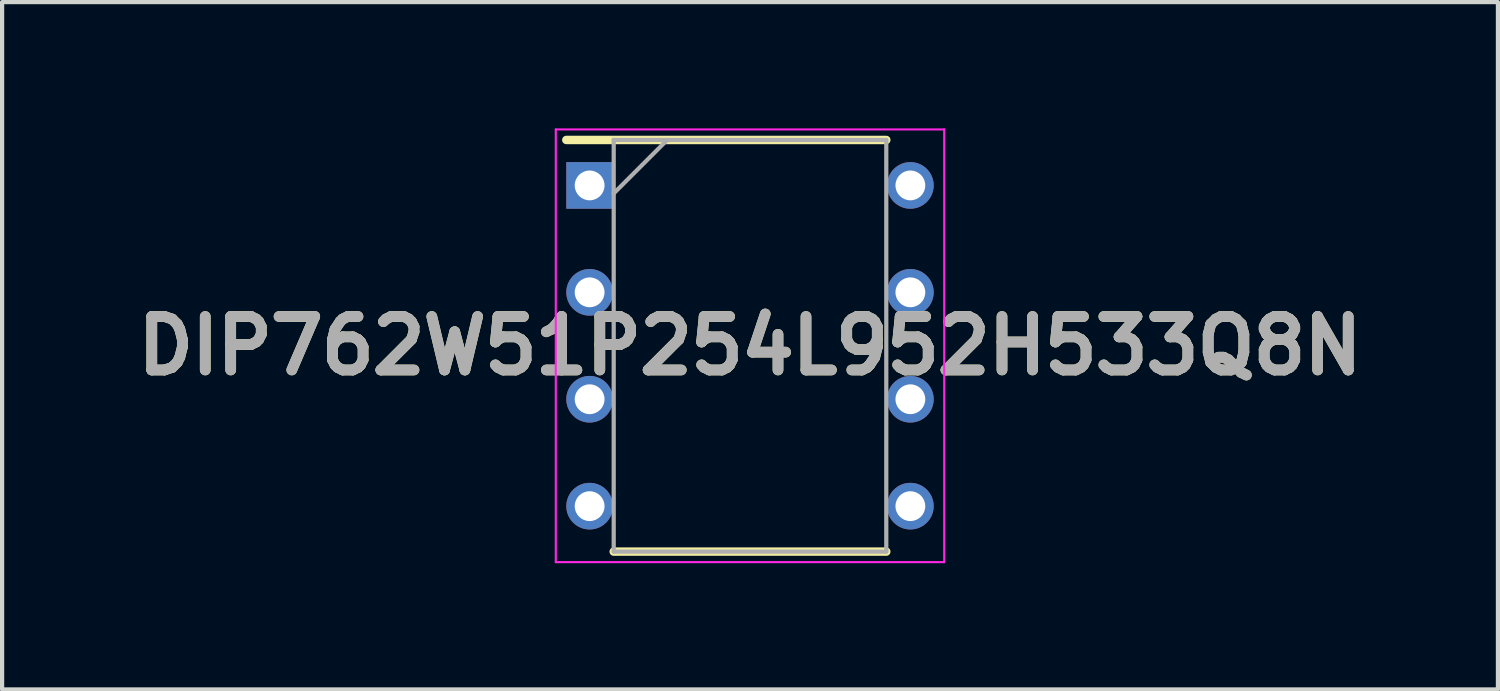
<source format=kicad_pcb>
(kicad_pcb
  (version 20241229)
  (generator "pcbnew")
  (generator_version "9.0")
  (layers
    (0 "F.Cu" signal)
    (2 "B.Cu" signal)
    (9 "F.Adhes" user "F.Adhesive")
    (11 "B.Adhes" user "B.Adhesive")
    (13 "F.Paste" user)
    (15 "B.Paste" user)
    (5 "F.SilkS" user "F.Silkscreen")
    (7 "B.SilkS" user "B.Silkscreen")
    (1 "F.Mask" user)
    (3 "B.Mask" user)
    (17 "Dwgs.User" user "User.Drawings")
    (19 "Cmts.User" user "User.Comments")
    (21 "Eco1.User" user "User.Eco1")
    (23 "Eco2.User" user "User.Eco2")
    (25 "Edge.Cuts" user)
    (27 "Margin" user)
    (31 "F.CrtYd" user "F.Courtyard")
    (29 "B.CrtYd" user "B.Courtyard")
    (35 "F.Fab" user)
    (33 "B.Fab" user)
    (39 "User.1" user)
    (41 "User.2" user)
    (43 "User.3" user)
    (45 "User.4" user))
  (footprint "DIP762W51P254L952H533Q8N"
    (layer "F.Cu")
    (at 14.768 5.165)
    (property "Reference" "DIP762W51P254L952H533Q8N" (at 0 0 0) (layer "F.SilkS") (effects (font (size 1.27 1.27) (thickness 0.254))))
    (attr through_hole)
    (fp_line (start -4.364 -4.89) (end 3.238 -4.89) (stroke (width 0.2) (type solid)) (layer "F.SilkS"))
    (fp_line (start -3.238 4.89) (end 3.238 4.89) (stroke (width 0.2) (type solid)) (layer "F.SilkS"))
    (fp_line (start -4.614 -5.14) (end 4.614 -5.14) (stroke (width 0.05) (type solid)) (layer "F.CrtYd"))
    (fp_line (start -4.614 5.14) (end -4.614 -5.14) (stroke (width 0.05) (type solid)) (layer "F.CrtYd"))
    (fp_line (start 4.614 -5.14) (end 4.614 5.14) (stroke (width 0.05) (type solid)) (layer "F.CrtYd"))
    (fp_line (start 4.614 5.14) (end -4.614 5.14) (stroke (width 0.05) (type solid)) (layer "F.CrtYd"))
    (fp_line (start -3.238 -4.89) (end 3.238 -4.89) (stroke (width 0.1) (type solid)) (layer "F.Fab"))
    (fp_line (start -3.238 -3.62) (end -1.968 -4.89) (stroke (width 0.1) (type solid)) (layer "F.Fab"))
    (fp_line (start -3.238 4.89) (end -3.238 -4.89) (stroke (width 0.1) (type solid)) (layer "F.Fab"))
    (fp_line (start 3.238 -4.89) (end 3.238 4.89) (stroke (width 0.1) (type solid)) (layer "F.Fab"))
    (fp_line (start 3.238 4.89) (end -3.238 4.89) (stroke (width 0.1) (type solid)) (layer "F.Fab"))
    (fp_text user "${REFERENCE}" (at 0 0 0) (layer "F.Fab") (effects (font (size 1.27 1.27) (thickness 0.254))))
    (pad "1" thru_hole rect (at -3.81 -3.81) (size 1.108 1.108) (drill 0.708) (layers "*.Cu" "*.Mask"))
    (pad "2" thru_hole circle (at -3.81 -1.27) (size 1.108 1.108) (drill 0.708) (layers "*.Cu" "*.Mask"))
    (pad "3" thru_hole circle (at -3.81 1.27) (size 1.108 1.108) (drill 0.708) (layers "*.Cu" "*.Mask"))
    (pad "4" thru_hole circle (at -3.81 3.81) (size 1.108 1.108) (drill 0.708) (layers "*.Cu" "*.Mask"))
    (pad "5" thru_hole circle (at 3.81 3.81) (size 1.108 1.108) (drill 0.708) (layers "*.Cu" "*.Mask"))
    (pad "6" thru_hole circle (at 3.81 1.27) (size 1.108 1.108) (drill 0.708) (layers "*.Cu" "*.Mask"))
    (pad "7" thru_hole circle (at 3.81 -1.27) (size 1.108 1.108) (drill 0.708) (layers "*.Cu" "*.Mask"))
    (pad "8" thru_hole circle (at 3.81 -3.81) (size 1.108 1.108) (drill 0.708) (layers "*.Cu" "*.Mask")))
  (gr_rect
    (start -3 -3)
    (end 32.537 13.33)
    (stroke (width 0.1) (type default))
    (fill no)
    (layer "Edge.Cuts")))
</source>
